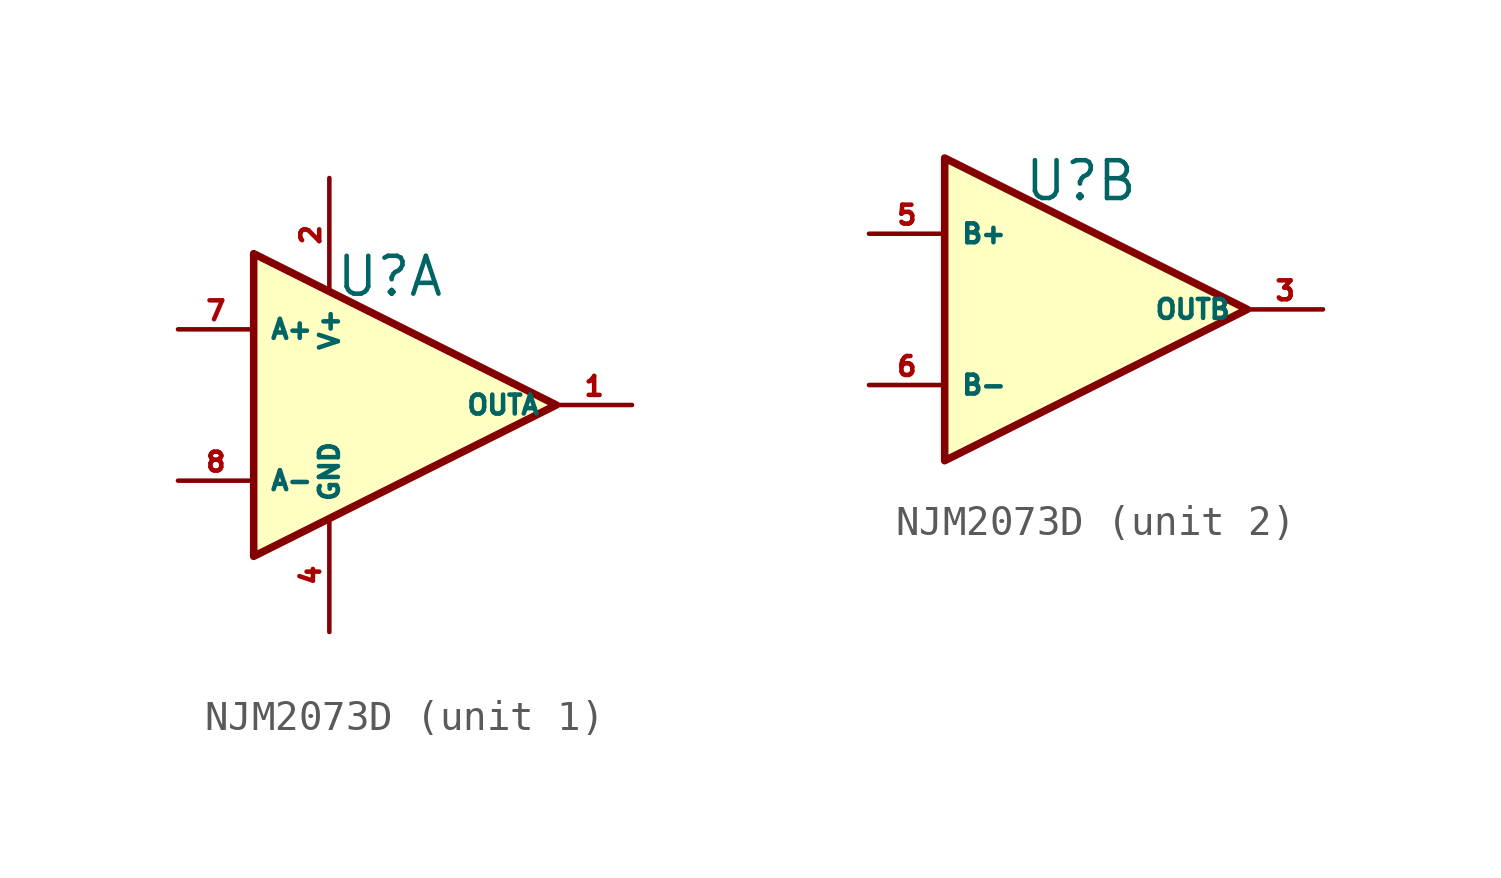
<source format=kicad_sym>
(kicad_symbol_lib
  (version 20231120)
  (generator "kicad_symbol_editor")
  (generator_version "8.0")
  (symbol "NJM2073D"
    (property "Reference" "U"
      (at 0.762 4.318 0)
      (effects (font (size 1.27 1.27))))
    (property "Value" ""
      (at -1.27 0 0)
      (effects (font (size 1.27 1.27))))
    (property "ki_locked" ""
      (at 0 0 0)
      (effects (font (size 1.27 1.27))))
    (symbol "NJM2073D_0_1"
      (polyline (pts (xy -3.81 5.08) (xy 6.35 0) (xy -3.81 -5.08) (xy -3.81 5.08)) (stroke (width 0.254) (type default)) (fill (type background))))
    (symbol "NJM2073D_1_1"
      (pin output line (at 8.89 0 180) (length 2.54) (name "OUTA" (effects (font (size 0.635 0.635)))) (number "1" (effects (font (size 0.635 0.635)))))
      (pin power_in line (at -1.27 7.62 270) (length 3.81) (name "V+" (effects (font (size 0.635 0.635)))) (number "2" (effects (font (size 0.635 0.635)))))
      (pin power_in line (at -1.27 -7.62 90) (length 3.81) (name "GND" (effects (font (size 0.635 0.635)))) (number "4" (effects (font (size 0.635 0.635)))))
      (pin input line (at -6.35 2.54 0) (length 2.54) (name "A+" (effects (font (size 0.635 0.635)))) (number "7" (effects (font (size 0.635 0.635)))))
      (pin input line (at -6.35 -2.54 0) (length 2.54) (name "A-" (effects (font (size 0.635 0.635)))) (number "8" (effects (font (size 0.635 0.635))))))
    (symbol "NJM2073D_2_1"
      (pin output line (at 8.89 0 180) (length 2.54) (name "OUTB" (effects (font (size 0.635 0.635)))) (number "3" (effects (font (size 0.635 0.635)))))
      (pin input line (at -6.35 2.54 0) (length 2.54) (name "B+" (effects (font (size 0.635 0.635)))) (number "5" (effects (font (size 0.635 0.635)))))
      (pin input line (at -6.35 -2.54 0) (length 2.54) (name "B-" (effects (font (size 0.635 0.635)))) (number "6" (effects (font (size 0.635 0.635))))))))
</source>
